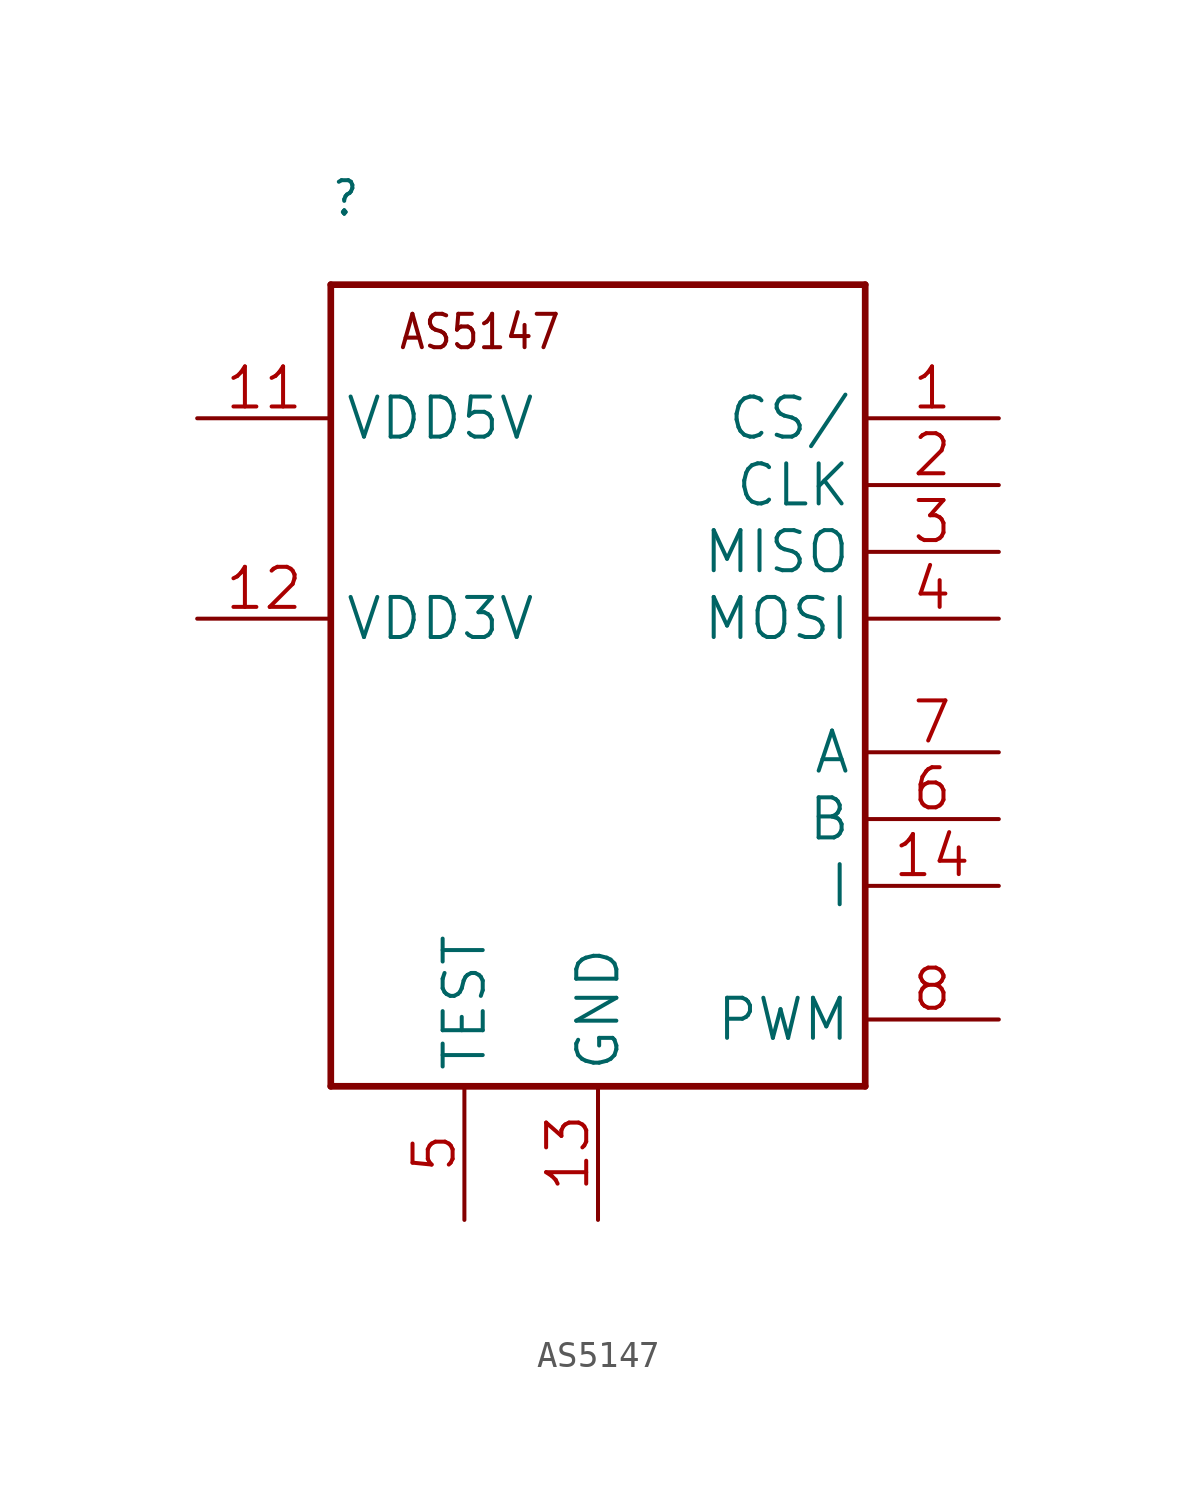
<source format=kicad_sym>
(kicad_symbol_lib
  (version 20241209)
  (generator "kicad_symbol_editor")
  (generator_version "9.0")
  (symbol "AS5147"
    (property "Reference" ""
      (at -10.16 17.78 0)
      (effects (font (size 1.27 1.079)) (justify left bottom)))
    (property "ki_locked" ""
      (at 0 0 0)
      (effects (font (size 1.27 1.27))))
    (symbol "AS5147_1_0"
      (polyline (pts (xy -10.16 15.24) (xy 10.16 15.24)) (stroke (width 0.254) (type solid)) (fill (type none)))
      (polyline (pts (xy -10.16 -15.24) (xy -10.16 15.24)) (stroke (width 0.254) (type solid)) (fill (type none)))
      (polyline (pts (xy 10.16 15.24) (xy 10.16 -15.24)) (stroke (width 0.254) (type solid)) (fill (type none)))
      (polyline (pts (xy 10.16 -15.24) (xy -10.16 -15.24)) (stroke (width 0.254) (type solid)) (fill (type none)))
      (text "AS5147" (at -7.62 12.7 0) (effects (font (size 1.27 1.079)) (justify left bottom)))
      (pin bidirectional line (at -15.24 10.16 0) (length 5.08) (name "VDD5V" (effects (font (size 1.524 1.524)))) (number "11" (effects (font (size 1.524 1.524)))))
      (pin bidirectional line (at -15.24 2.54 0) (length 5.08) (name "VDD3V" (effects (font (size 1.524 1.524)))) (number "12" (effects (font (size 1.524 1.524)))))
      (pin bidirectional line (at -5.08 -20.32 90) (length 5.08) (name "TEST" (effects (font (size 1.524 1.524)))) (number "5" (effects (font (size 1.524 1.524)))))
      (pin bidirectional line (at 0 -20.32 90) (length 5.08) (name "GND" (effects (font (size 1.524 1.524)))) (number "13" (effects (font (size 1.524 1.524)))))
      (pin bidirectional line (at 15.24 10.16 180) (length 5.08) (name "CS/" (effects (font (size 1.524 1.524)))) (number "1" (effects (font (size 1.524 1.524)))))
      (pin bidirectional line (at 15.24 7.62 180) (length 5.08) (name "CLK" (effects (font (size 1.524 1.524)))) (number "2" (effects (font (size 1.524 1.524)))))
      (pin bidirectional line (at 15.24 5.08 180) (length 5.08) (name "MISO" (effects (font (size 1.524 1.524)))) (number "3" (effects (font (size 1.524 1.524)))))
      (pin bidirectional line (at 15.24 2.54 180) (length 5.08) (name "MOSI" (effects (font (size 1.524 1.524)))) (number "4" (effects (font (size 1.524 1.524)))))
      (pin bidirectional line (at 15.24 -2.54 180) (length 5.08) (name "A" (effects (font (size 1.524 1.524)))) (number "7" (effects (font (size 1.524 1.524)))))
      (pin bidirectional line (at 15.24 -5.08 180) (length 5.08) (name "B" (effects (font (size 1.524 1.524)))) (number "6" (effects (font (size 1.524 1.524)))))
      (pin bidirectional line (at 15.24 -7.62 180) (length 5.08) (name "I" (effects (font (size 1.524 1.524)))) (number "14" (effects (font (size 1.524 1.524)))))
      (pin bidirectional line (at 15.24 -12.7 180) (length 5.08) (name "PWM" (effects (font (size 1.524 1.524)))) (number "8" (effects (font (size 1.524 1.524))))))))
</source>
